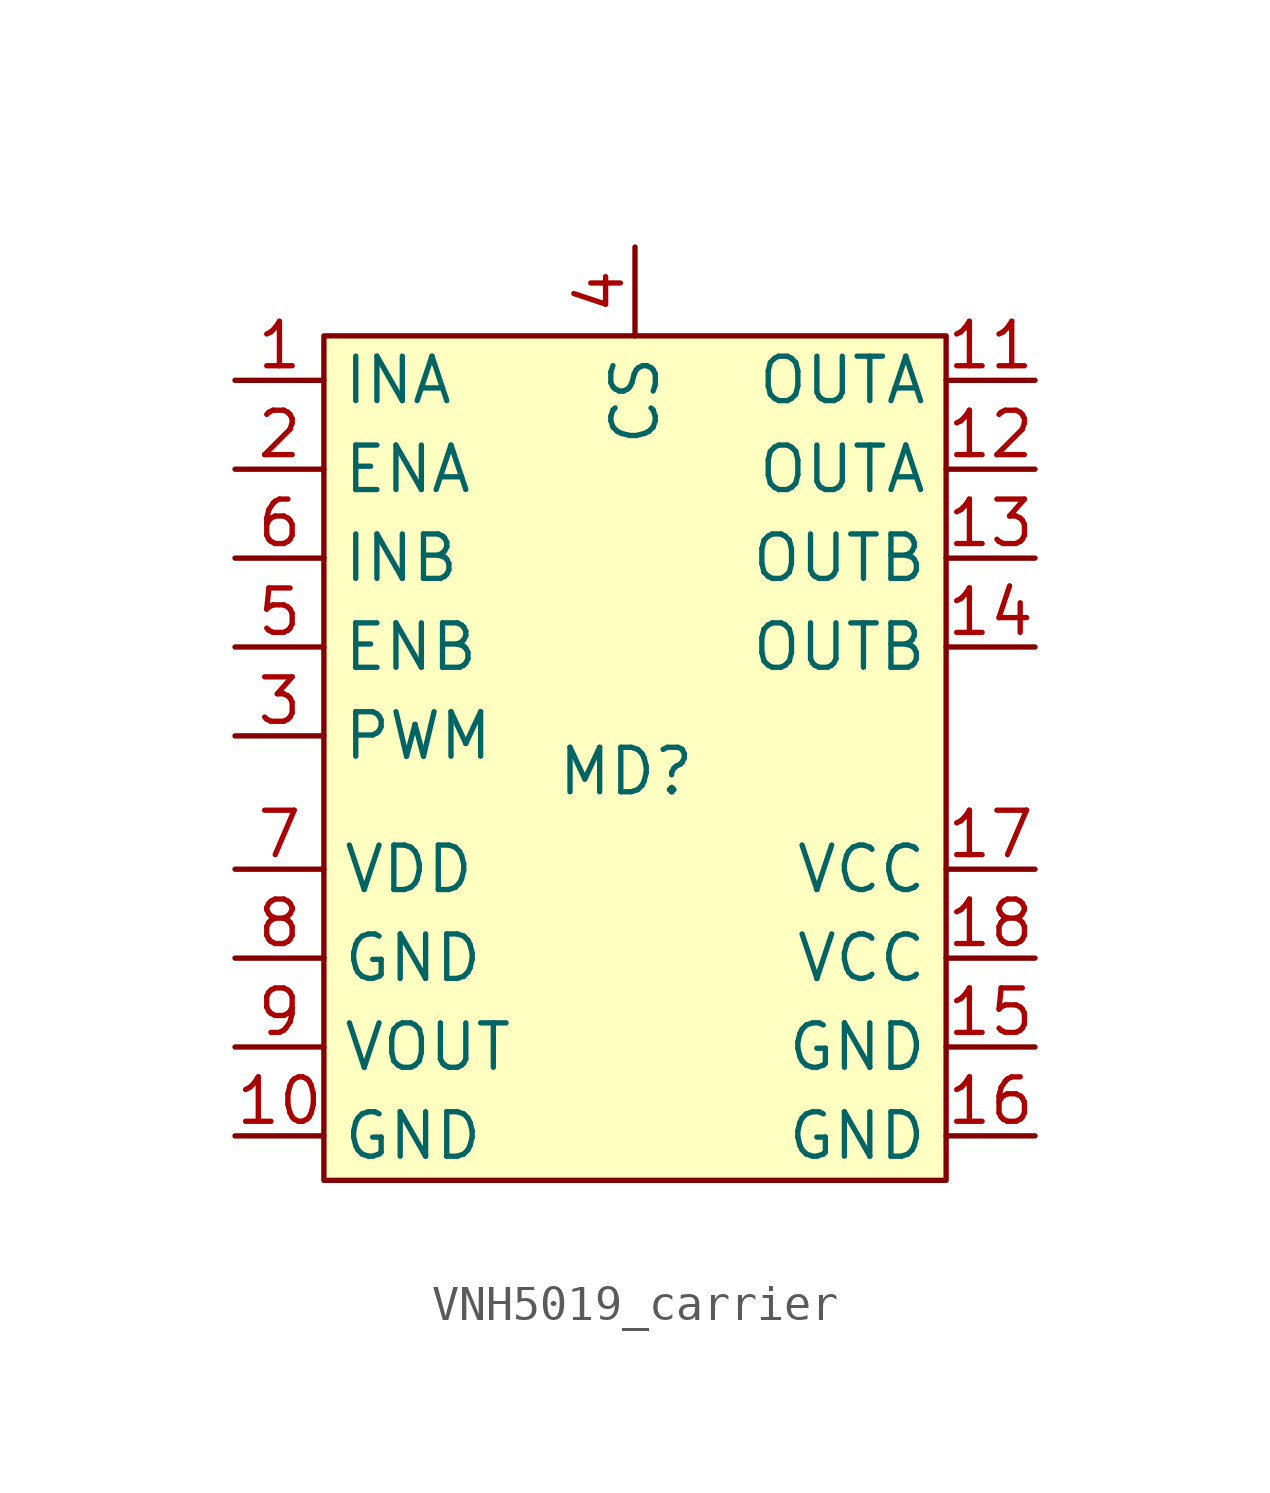
<source format=kicad_sym>
(kicad_symbol_lib
  (version 20220914)
  (generator kicad_symbol_editor)
  (symbol "VNH5019_carrier"
    (property "Reference" "MD"
      (at 11.176 10.414 0)
      (effects (font (size 1.27 1.27))))
    (property "Value" ""
      (at 8.382 14.732 0)
      (effects (font (size 1.27 1.27))))
    (symbol "VNH5019_carrier_1_1"
      (rectangle (start 2.54 22.86) (end 20.32 -1.27) (stroke (width 0) (type default)) (fill (type background)))
      (pin bidirectional line (at 0 21.59 0) (length 2.54) (name "INA" (effects (font (size 1.27 1.27)))) (number "1" (effects (font (size 1.27 1.27)))))
      (pin bidirectional line (at 0 0 0) (length 2.54) (name "GND" (effects (font (size 1.27 1.27)))) (number "10" (effects (font (size 1.27 1.27)))))
      (pin bidirectional line (at 22.86 21.59 180) (length 2.54) (name "OUTA" (effects (font (size 1.27 1.27)))) (number "11" (effects (font (size 1.27 1.27)))))
      (pin bidirectional line (at 22.86 19.05 180) (length 2.54) (name "OUTA" (effects (font (size 1.27 1.27)))) (number "12" (effects (font (size 1.27 1.27)))))
      (pin bidirectional line (at 22.86 16.51 180) (length 2.54) (name "OUTB" (effects (font (size 1.27 1.27)))) (number "13" (effects (font (size 1.27 1.27)))))
      (pin bidirectional line (at 22.86 13.97 180) (length 2.54) (name "OUTB" (effects (font (size 1.27 1.27)))) (number "14" (effects (font (size 1.27 1.27)))))
      (pin bidirectional line (at 22.86 2.54 180) (length 2.54) (name "GND" (effects (font (size 1.27 1.27)))) (number "15" (effects (font (size 1.27 1.27)))))
      (pin bidirectional line (at 22.86 0 180) (length 2.54) (name "GND" (effects (font (size 1.27 1.27)))) (number "16" (effects (font (size 1.27 1.27)))))
      (pin bidirectional line (at 22.86 7.62 180) (length 2.54) (name "VCC" (effects (font (size 1.27 1.27)))) (number "17" (effects (font (size 1.27 1.27)))))
      (pin bidirectional line (at 22.86 5.08 180) (length 2.54) (name "VCC" (effects (font (size 1.27 1.27)))) (number "18" (effects (font (size 1.27 1.27)))))
      (pin bidirectional line (at 0 19.05 0) (length 2.54) (name "ENA" (effects (font (size 1.27 1.27)))) (number "2" (effects (font (size 1.27 1.27)))))
      (pin bidirectional line (at 0 11.43 0) (length 2.54) (name "PWM" (effects (font (size 1.27 1.27)))) (number "3" (effects (font (size 1.27 1.27)))))
      (pin bidirectional line (at 11.43 25.4 270) (length 2.54) (name "CS" (effects (font (size 1.27 1.27)))) (number "4" (effects (font (size 1.27 1.27)))))
      (pin bidirectional line (at 0 13.97 0) (length 2.54) (name "ENB" (effects (font (size 1.27 1.27)))) (number "5" (effects (font (size 1.27 1.27)))))
      (pin bidirectional line (at 0 16.51 0) (length 2.54) (name "INB" (effects (font (size 1.27 1.27)))) (number "6" (effects (font (size 1.27 1.27)))))
      (pin bidirectional line (at 0 7.62 0) (length 2.54) (name "VDD" (effects (font (size 1.27 1.27)))) (number "7" (effects (font (size 1.27 1.27)))))
      (pin bidirectional line (at 0 5.08 0) (length 2.54) (name "GND" (effects (font (size 1.27 1.27)))) (number "8" (effects (font (size 1.27 1.27)))))
      (pin bidirectional line (at 0 2.54 0) (length 2.54) (name "VOUT" (effects (font (size 1.27 1.27)))) (number "9" (effects (font (size 1.27 1.27))))))))
</source>
